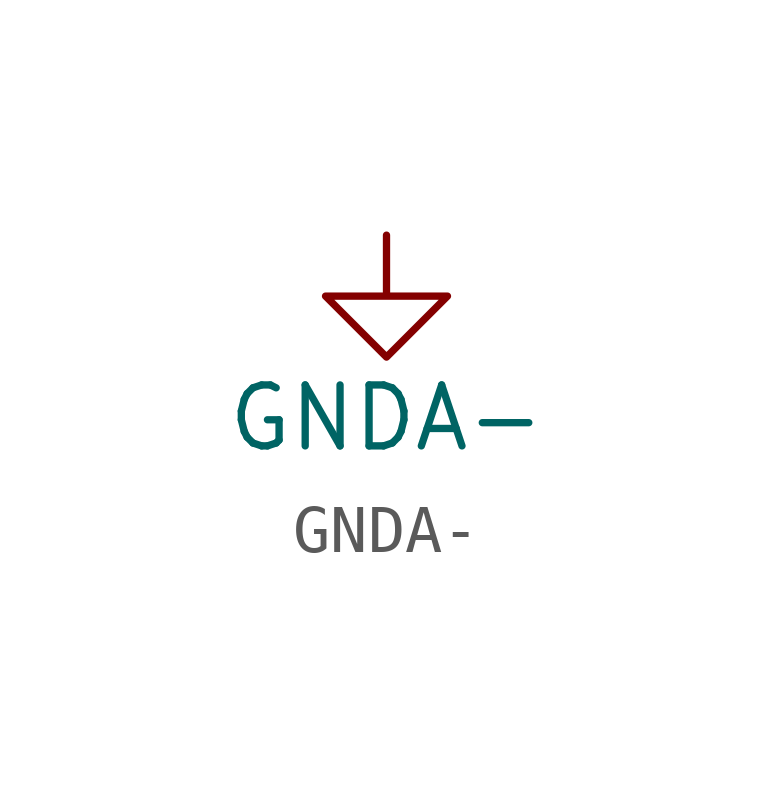
<source format=kicad_sym>
(kicad_symbol_lib
  (version 20220914)
  (generator kicad_symbol_editor)
  (symbol "GNDA-"
    (power)
    (pin_names
      (offset 0))
    (property "Reference" "#PWR"
      (at 0 -6.35 0)
      (effects (font (size 1.27 1.27)) hide))
    (property "Value" "GNDA-"
      (at 0 -3.81 0)
      (effects (font (size 1.27 1.27))))
    (symbol "GNDA-_0_1"
      (polyline (pts (xy 0 0) (xy 0 -1.27) (xy 1.27 -1.27) (xy 0 -2.54) (xy -1.27 -1.27) (xy 0 -1.27)) (stroke (width 0) (type solid)) (fill (type none))))
    (symbol "GNDA-_1_1"
      (pin power_in line (at 0 0 270) (length 0) hide (name "GNDA" (effects (font (size 1.27 1.27)))) (number "1" (effects (font (size 1.27 1.27))))))))
</source>
